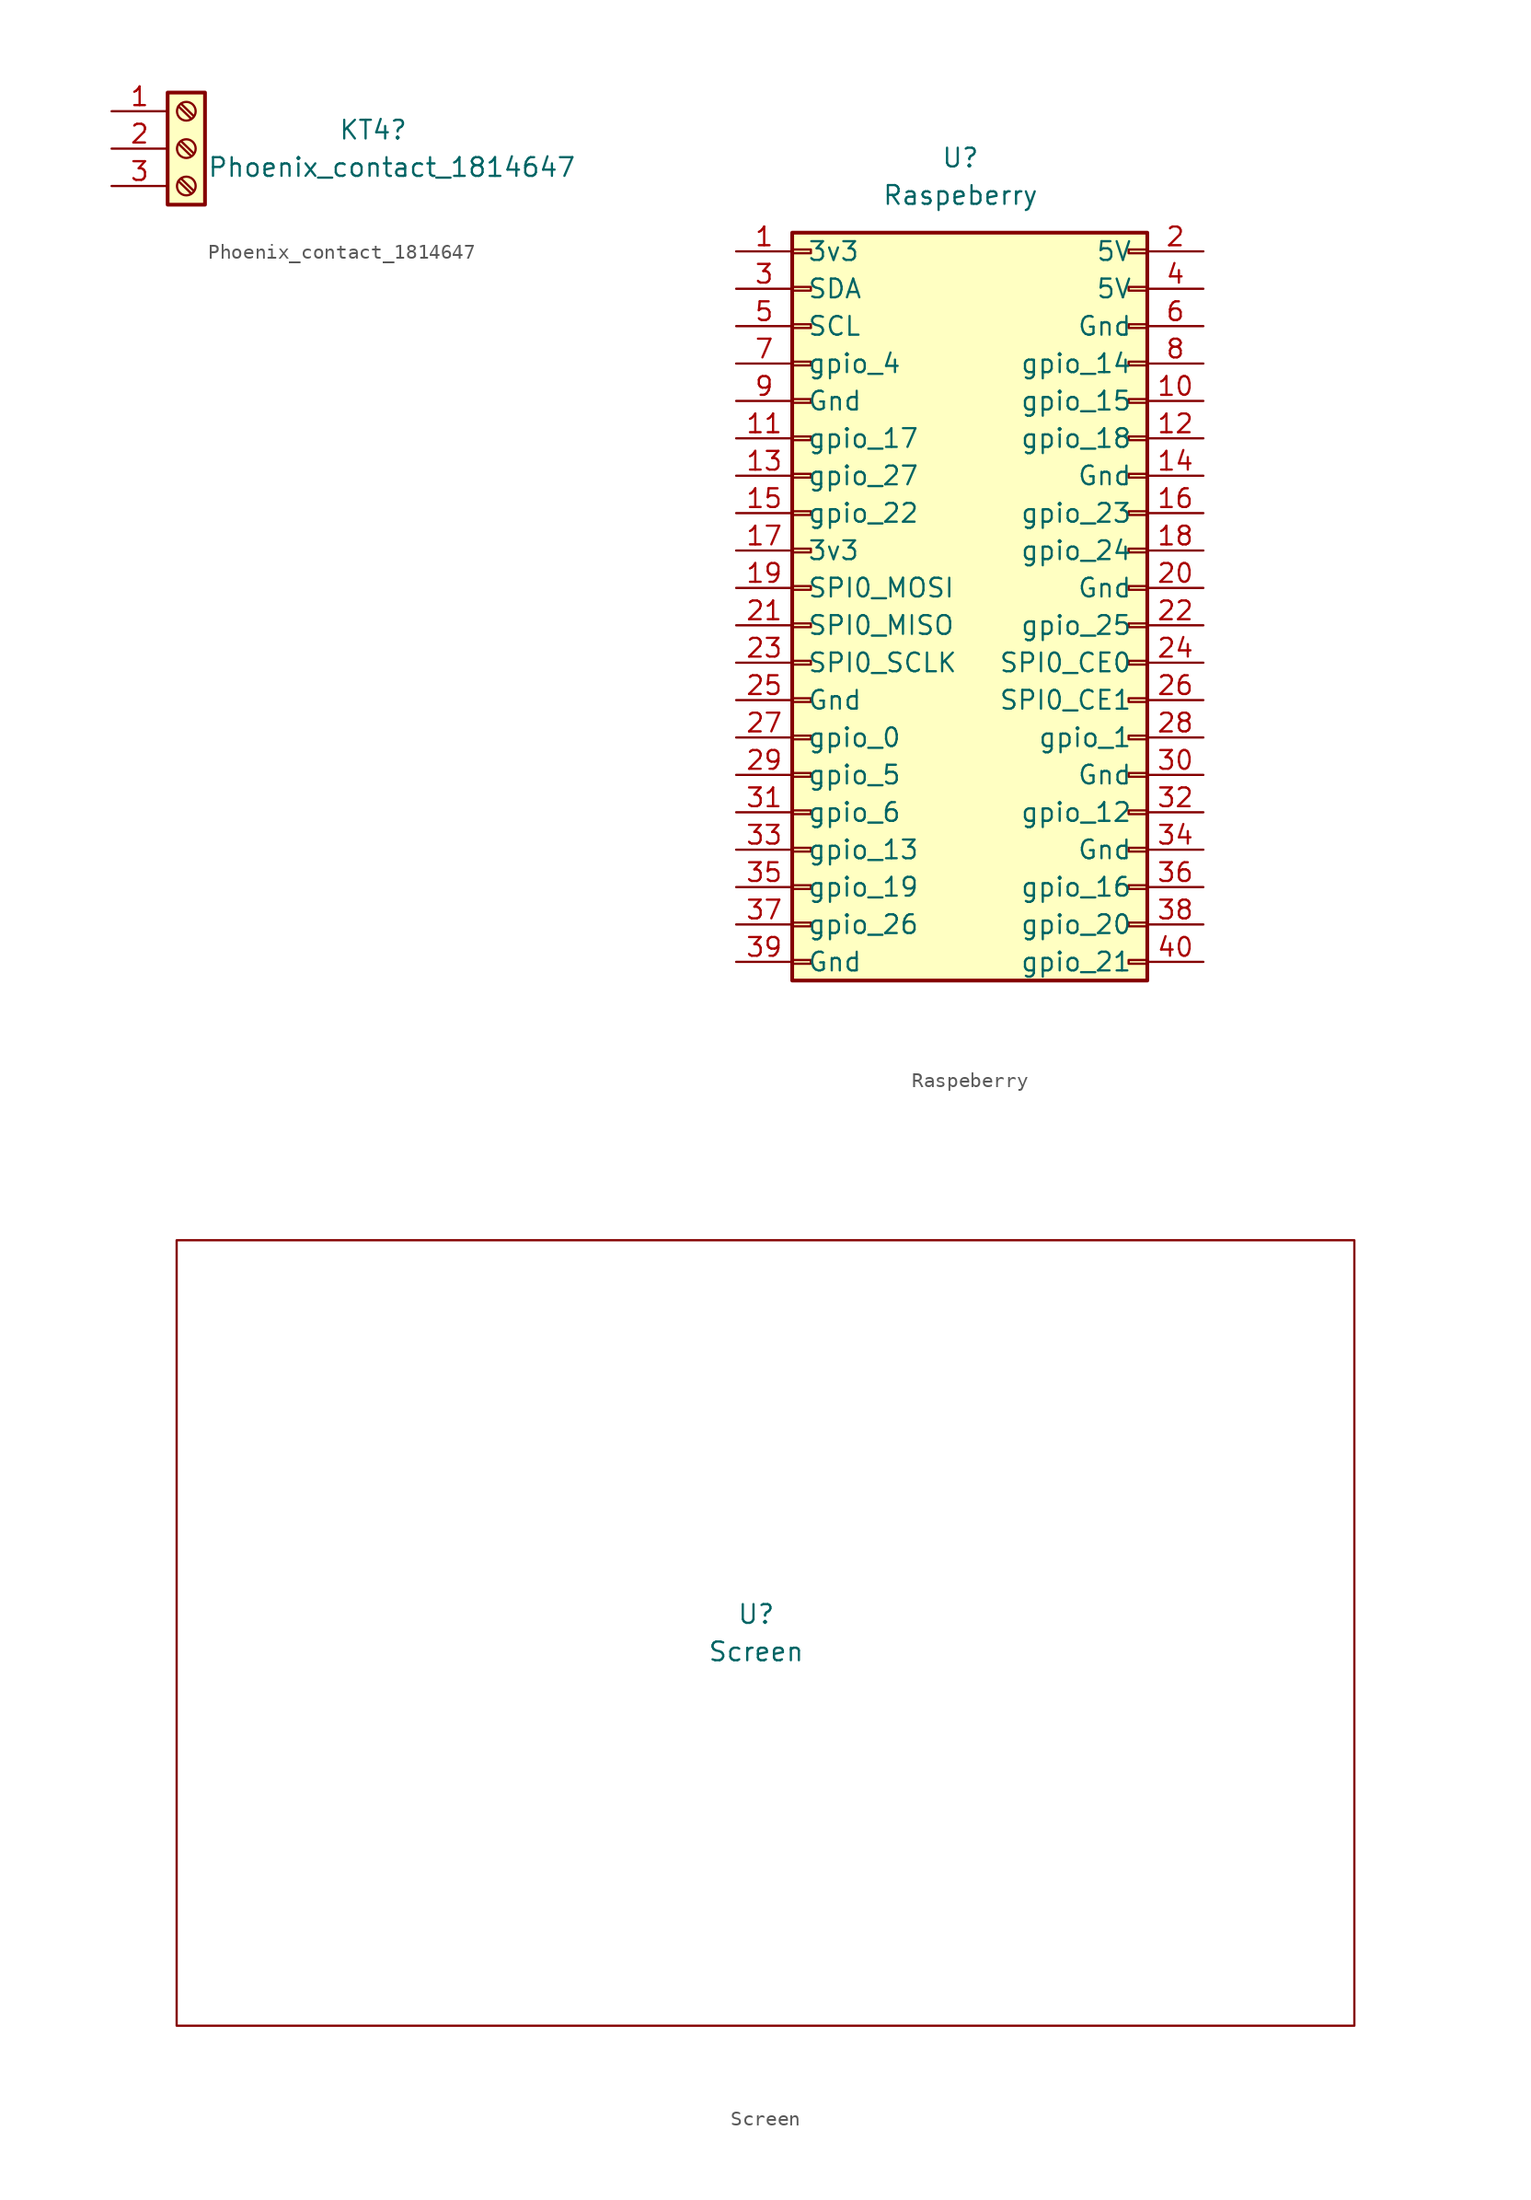
<source format=kicad_sym>
(kicad_symbol_lib
  (version 20211014)
  (generator kicad_symbol_editor)
  (symbol "Phoenix_contact_1814647"
    (pin_names
      (offset 1.016) hide)
    (property "Reference" "KT4"
      (at 12.7 1.27 0)
      (effects (font (size 1.27 1.27))))
    (property "Value" "Phoenix_contact_1814647"
      (at 13.97 -1.27 0)
      (effects (font (size 1.27 1.27))))
    (symbol "Phoenix_contact_1814647_1_1"
      (rectangle (start -1.27 3.81) (end 1.27 -3.81) (stroke (width 0.254) (type default) (color 0 0 0 0)) (fill (type background)))
      (circle (center 0 -2.54) (radius 0.635) (stroke (width 0.152) (type default) (color 0 0 0 0)) (fill (type none)))
      (polyline (pts (xy -0.533 -2.21) (xy 0.33 -3.048)) (stroke (width 0.152) (type default) (color 0 0 0 0)) (fill (type none)))
      (polyline (pts (xy -0.533 0.33) (xy 0.33 -0.508)) (stroke (width 0.152) (type default) (color 0 0 0 0)) (fill (type none)))
      (polyline (pts (xy -0.533 2.87) (xy 0.33 2.032)) (stroke (width 0.152) (type default) (color 0 0 0 0)) (fill (type none)))
      (polyline (pts (xy -0.356 -2.032) (xy 0.508 -2.87)) (stroke (width 0.152) (type default) (color 0 0 0 0)) (fill (type none)))
      (polyline (pts (xy -0.356 0.508) (xy 0.508 -0.33)) (stroke (width 0.152) (type default) (color 0 0 0 0)) (fill (type none)))
      (polyline (pts (xy -0.356 3.048) (xy 0.508 2.21)) (stroke (width 0.152) (type default) (color 0 0 0 0)) (fill (type none)))
      (circle (center 0 0) (radius 0.635) (stroke (width 0.152) (type default) (color 0 0 0 0)) (fill (type none)))
      (circle (center 0 2.54) (radius 0.635) (stroke (width 0.152) (type default) (color 0 0 0 0)) (fill (type none)))
      (pin passive line (at -5.08 2.54 0) (length 3.81) (name "Pin_1" (effects (font (size 1.27 1.27)))) (number "1" (effects (font (size 1.27 1.27)))))
      (pin passive line (at -5.08 0 0) (length 3.81) (name "Pin_2" (effects (font (size 1.27 1.27)))) (number "2" (effects (font (size 1.27 1.27)))))
      (pin passive line (at -5.08 -2.54 0) (length 3.81) (name "Pin_3" (effects (font (size 1.27 1.27)))) (number "3" (effects (font (size 1.27 1.27)))))
      (pin no_connect line (at -5.08 5.08 0) (length 2.54) hide (name "SH" (effects (font (size 1.27 1.27)))) (number "SH1" (effects (font (size 1.27 1.27)))))
      (pin no_connect line (at -5.08 -5.08 0) (length 2.54) hide (name "SH" (effects (font (size 1.27 1.27)))) (number "SH2" (effects (font (size 1.27 1.27)))))))
  (symbol "Raspeberry"
    (pin_names
      (offset 1.016))
    (property "Reference" "U"
      (at 0 30.48 0)
      (effects (font (size 1.27 1.27))))
    (property "Value" "Raspeberry"
      (at 0 27.94 0)
      (effects (font (size 1.27 1.27))))
    (symbol "Raspeberry_1_1"
      (rectangle (start -11.43 -24.003) (end -10.16 -24.257) (stroke (width 0.152) (type default) (color 0 0 0 0)) (fill (type none)))
      (rectangle (start -11.43 -21.463) (end -10.16 -21.717) (stroke (width 0.152) (type default) (color 0 0 0 0)) (fill (type none)))
      (rectangle (start -11.43 -18.923) (end -10.16 -19.177) (stroke (width 0.152) (type default) (color 0 0 0 0)) (fill (type none)))
      (rectangle (start -11.43 -16.383) (end -10.16 -16.637) (stroke (width 0.152) (type default) (color 0 0 0 0)) (fill (type none)))
      (rectangle (start -11.43 -13.843) (end -10.16 -14.097) (stroke (width 0.152) (type default) (color 0 0 0 0)) (fill (type none)))
      (rectangle (start -11.43 -11.303) (end -10.16 -11.557) (stroke (width 0.152) (type default) (color 0 0 0 0)) (fill (type none)))
      (rectangle (start -11.43 -8.763) (end -10.16 -9.017) (stroke (width 0.152) (type default) (color 0 0 0 0)) (fill (type none)))
      (rectangle (start -11.43 -6.223) (end -10.16 -6.477) (stroke (width 0.152) (type default) (color 0 0 0 0)) (fill (type none)))
      (rectangle (start -11.43 -3.683) (end -10.16 -3.937) (stroke (width 0.152) (type default) (color 0 0 0 0)) (fill (type none)))
      (rectangle (start -11.43 -1.143) (end -10.16 -1.397) (stroke (width 0.152) (type default) (color 0 0 0 0)) (fill (type none)))
      (rectangle (start -11.43 1.397) (end -10.16 1.143) (stroke (width 0.152) (type default) (color 0 0 0 0)) (fill (type none)))
      (rectangle (start -11.43 3.937) (end -10.16 3.683) (stroke (width 0.152) (type default) (color 0 0 0 0)) (fill (type none)))
      (rectangle (start -11.43 6.477) (end -10.16 6.223) (stroke (width 0.152) (type default) (color 0 0 0 0)) (fill (type none)))
      (rectangle (start -11.43 9.017) (end -10.16 8.763) (stroke (width 0.152) (type default) (color 0 0 0 0)) (fill (type none)))
      (rectangle (start -11.43 11.557) (end -10.16 11.303) (stroke (width 0.152) (type default) (color 0 0 0 0)) (fill (type none)))
      (rectangle (start -11.43 14.097) (end -10.16 13.843) (stroke (width 0.152) (type default) (color 0 0 0 0)) (fill (type none)))
      (rectangle (start -11.43 16.637) (end -10.16 16.383) (stroke (width 0.152) (type default) (color 0 0 0 0)) (fill (type none)))
      (rectangle (start -11.43 19.177) (end -10.16 18.923) (stroke (width 0.152) (type default) (color 0 0 0 0)) (fill (type none)))
      (rectangle (start -11.43 21.717) (end -10.16 21.463) (stroke (width 0.152) (type default) (color 0 0 0 0)) (fill (type none)))
      (rectangle (start -11.43 24.257) (end -10.16 24.003) (stroke (width 0.152) (type default) (color 0 0 0 0)) (fill (type none)))
      (rectangle (start -11.43 25.4) (end 12.7 -25.4) (stroke (width 0.254) (type default) (color 0 0 0 0)) (fill (type background)))
      (rectangle (start 12.7 -24.003) (end 11.43 -24.257) (stroke (width 0.152) (type default) (color 0 0 0 0)) (fill (type none)))
      (rectangle (start 12.7 -21.463) (end 11.43 -21.717) (stroke (width 0.152) (type default) (color 0 0 0 0)) (fill (type none)))
      (rectangle (start 12.7 -18.923) (end 11.43 -19.177) (stroke (width 0.152) (type default) (color 0 0 0 0)) (fill (type none)))
      (rectangle (start 12.7 -16.383) (end 11.43 -16.637) (stroke (width 0.152) (type default) (color 0 0 0 0)) (fill (type none)))
      (rectangle (start 12.7 -13.843) (end 11.43 -14.097) (stroke (width 0.152) (type default) (color 0 0 0 0)) (fill (type none)))
      (rectangle (start 12.7 -11.303) (end 11.43 -11.557) (stroke (width 0.152) (type default) (color 0 0 0 0)) (fill (type none)))
      (rectangle (start 12.7 -8.763) (end 11.43 -9.017) (stroke (width 0.152) (type default) (color 0 0 0 0)) (fill (type none)))
      (rectangle (start 12.7 -6.223) (end 11.43 -6.477) (stroke (width 0.152) (type default) (color 0 0 0 0)) (fill (type none)))
      (rectangle (start 12.7 -3.683) (end 11.43 -3.937) (stroke (width 0.152) (type default) (color 0 0 0 0)) (fill (type none)))
      (rectangle (start 12.7 -1.143) (end 11.43 -1.397) (stroke (width 0.152) (type default) (color 0 0 0 0)) (fill (type none)))
      (rectangle (start 12.7 1.397) (end 11.43 1.143) (stroke (width 0.152) (type default) (color 0 0 0 0)) (fill (type none)))
      (rectangle (start 12.7 3.937) (end 11.43 3.683) (stroke (width 0.152) (type default) (color 0 0 0 0)) (fill (type none)))
      (rectangle (start 12.7 6.477) (end 11.43 6.223) (stroke (width 0.152) (type default) (color 0 0 0 0)) (fill (type none)))
      (rectangle (start 12.7 9.017) (end 11.43 8.763) (stroke (width 0.152) (type default) (color 0 0 0 0)) (fill (type none)))
      (rectangle (start 12.7 11.557) (end 11.43 11.303) (stroke (width 0.152) (type default) (color 0 0 0 0)) (fill (type none)))
      (rectangle (start 12.7 14.097) (end 11.43 13.843) (stroke (width 0.152) (type default) (color 0 0 0 0)) (fill (type none)))
      (rectangle (start 12.7 16.637) (end 11.43 16.383) (stroke (width 0.152) (type default) (color 0 0 0 0)) (fill (type none)))
      (rectangle (start 12.7 19.177) (end 11.43 18.923) (stroke (width 0.152) (type default) (color 0 0 0 0)) (fill (type none)))
      (rectangle (start 12.7 21.717) (end 11.43 21.463) (stroke (width 0.152) (type default) (color 0 0 0 0)) (fill (type none)))
      (rectangle (start 12.7 24.257) (end 11.43 24.003) (stroke (width 0.152) (type default) (color 0 0 0 0)) (fill (type none)))
      (pin passive line (at -15.24 24.13 0) (length 3.81) (name "3v3" (effects (font (size 1.27 1.27)))) (number "1" (effects (font (size 1.27 1.27)))))
      (pin passive line (at 16.51 13.97 180) (length 3.81) (name "gpio_15" (effects (font (size 1.27 1.27)))) (number "10" (effects (font (size 1.27 1.27)))))
      (pin passive line (at -15.24 11.43 0) (length 3.81) (name "gpio_17" (effects (font (size 1.27 1.27)))) (number "11" (effects (font (size 1.27 1.27)))))
      (pin passive line (at 16.51 11.43 180) (length 3.81) (name "gpio_18" (effects (font (size 1.27 1.27)))) (number "12" (effects (font (size 1.27 1.27)))))
      (pin passive line (at -15.24 8.89 0) (length 3.81) (name "gpio_27" (effects (font (size 1.27 1.27)))) (number "13" (effects (font (size 1.27 1.27)))))
      (pin passive line (at 16.51 8.89 180) (length 3.81) (name "Gnd" (effects (font (size 1.27 1.27)))) (number "14" (effects (font (size 1.27 1.27)))))
      (pin passive line (at -15.24 6.35 0) (length 3.81) (name "gpio_22" (effects (font (size 1.27 1.27)))) (number "15" (effects (font (size 1.27 1.27)))))
      (pin passive line (at 16.51 6.35 180) (length 3.81) (name "gpio_23" (effects (font (size 1.27 1.27)))) (number "16" (effects (font (size 1.27 1.27)))))
      (pin passive line (at -15.24 3.81 0) (length 3.81) (name "3v3" (effects (font (size 1.27 1.27)))) (number "17" (effects (font (size 1.27 1.27)))))
      (pin passive line (at 16.51 3.81 180) (length 3.81) (name "gpio_24" (effects (font (size 1.27 1.27)))) (number "18" (effects (font (size 1.27 1.27)))))
      (pin passive line (at -15.24 1.27 0) (length 3.81) (name "SPI0_MOSI" (effects (font (size 1.27 1.27)))) (number "19" (effects (font (size 1.27 1.27)))))
      (pin passive line (at 16.51 24.13 180) (length 3.81) (name "5V" (effects (font (size 1.27 1.27)))) (number "2" (effects (font (size 1.27 1.27)))))
      (pin passive line (at 16.51 1.27 180) (length 3.81) (name "Gnd" (effects (font (size 1.27 1.27)))) (number "20" (effects (font (size 1.27 1.27)))))
      (pin passive line (at -15.24 -1.27 0) (length 3.81) (name "SPI0_MISO" (effects (font (size 1.27 1.27)))) (number "21" (effects (font (size 1.27 1.27)))))
      (pin passive line (at 16.51 -1.27 180) (length 3.81) (name "gpio_25" (effects (font (size 1.27 1.27)))) (number "22" (effects (font (size 1.27 1.27)))))
      (pin passive line (at -15.24 -3.81 0) (length 3.81) (name "SPI0_SCLK" (effects (font (size 1.27 1.27)))) (number "23" (effects (font (size 1.27 1.27)))))
      (pin passive line (at 16.51 -3.81 180) (length 3.81) (name "SPI0_CE0" (effects (font (size 1.27 1.27)))) (number "24" (effects (font (size 1.27 1.27)))))
      (pin passive line (at -15.24 -6.35 0) (length 3.81) (name "Gnd" (effects (font (size 1.27 1.27)))) (number "25" (effects (font (size 1.27 1.27)))))
      (pin passive line (at 16.51 -6.35 180) (length 3.81) (name "SPI0_CE1" (effects (font (size 1.27 1.27)))) (number "26" (effects (font (size 1.27 1.27)))))
      (pin passive line (at -15.24 -8.89 0) (length 3.81) (name "gpio_0" (effects (font (size 1.27 1.27)))) (number "27" (effects (font (size 1.27 1.27)))))
      (pin passive line (at 16.51 -8.89 180) (length 3.81) (name "gpio_1" (effects (font (size 1.27 1.27)))) (number "28" (effects (font (size 1.27 1.27)))))
      (pin passive line (at -15.24 -11.43 0) (length 3.81) (name "gpio_5" (effects (font (size 1.27 1.27)))) (number "29" (effects (font (size 1.27 1.27)))))
      (pin passive line (at -15.24 21.59 0) (length 3.81) (name "SDA" (effects (font (size 1.27 1.27)))) (number "3" (effects (font (size 1.27 1.27)))))
      (pin passive line (at 16.51 -11.43 180) (length 3.81) (name "Gnd" (effects (font (size 1.27 1.27)))) (number "30" (effects (font (size 1.27 1.27)))))
      (pin passive line (at -15.24 -13.97 0) (length 3.81) (name "gpio_6" (effects (font (size 1.27 1.27)))) (number "31" (effects (font (size 1.27 1.27)))))
      (pin passive line (at 16.51 -13.97 180) (length 3.81) (name "gpio_12" (effects (font (size 1.27 1.27)))) (number "32" (effects (font (size 1.27 1.27)))))
      (pin passive line (at -15.24 -16.51 0) (length 3.81) (name "gpio_13" (effects (font (size 1.27 1.27)))) (number "33" (effects (font (size 1.27 1.27)))))
      (pin passive line (at 16.51 -16.51 180) (length 3.81) (name "Gnd" (effects (font (size 1.27 1.27)))) (number "34" (effects (font (size 1.27 1.27)))))
      (pin passive line (at -15.24 -19.05 0) (length 3.81) (name "gpio_19" (effects (font (size 1.27 1.27)))) (number "35" (effects (font (size 1.27 1.27)))))
      (pin passive line (at 16.51 -19.05 180) (length 3.81) (name "gpio_16" (effects (font (size 1.27 1.27)))) (number "36" (effects (font (size 1.27 1.27)))))
      (pin passive line (at -15.24 -21.59 0) (length 3.81) (name "gpio_26" (effects (font (size 1.27 1.27)))) (number "37" (effects (font (size 1.27 1.27)))))
      (pin passive line (at 16.51 -21.59 180) (length 3.81) (name "gpio_20" (effects (font (size 1.27 1.27)))) (number "38" (effects (font (size 1.27 1.27)))))
      (pin passive line (at -15.24 -24.13 0) (length 3.81) (name "Gnd" (effects (font (size 1.27 1.27)))) (number "39" (effects (font (size 1.27 1.27)))))
      (pin passive line (at 16.51 21.59 180) (length 3.81) (name "5V" (effects (font (size 1.27 1.27)))) (number "4" (effects (font (size 1.27 1.27)))))
      (pin passive line (at 16.51 -24.13 180) (length 3.81) (name "gpio_21" (effects (font (size 1.27 1.27)))) (number "40" (effects (font (size 1.27 1.27)))))
      (pin passive line (at -15.24 19.05 0) (length 3.81) (name "SCL" (effects (font (size 1.27 1.27)))) (number "5" (effects (font (size 1.27 1.27)))))
      (pin passive line (at 16.51 19.05 180) (length 3.81) (name "Gnd" (effects (font (size 1.27 1.27)))) (number "6" (effects (font (size 1.27 1.27)))))
      (pin passive line (at -15.24 16.51 0) (length 3.81) (name "gpio_4" (effects (font (size 1.27 1.27)))) (number "7" (effects (font (size 1.27 1.27)))))
      (pin passive line (at 16.51 16.51 180) (length 3.81) (name "gpio_14" (effects (font (size 1.27 1.27)))) (number "8" (effects (font (size 1.27 1.27)))))
      (pin passive line (at -15.24 13.97 0) (length 3.81) (name "Gnd" (effects (font (size 1.27 1.27)))) (number "9" (effects (font (size 1.27 1.27)))))))
  (symbol "Screen"
    (property "Reference" "U"
      (at 0 2.54 0)
      (effects (font (size 1.27 1.27))))
    (property "Value" "Screen"
      (at 0 0 0)
      (effects (font (size 1.27 1.27))))
    (symbol "Screen_0_1"
      (rectangle (start -39.37 27.94) (end 40.64 -25.4) (stroke (width 0) (type default) (color 0 0 0 0)) (fill (type none))))))
</source>
